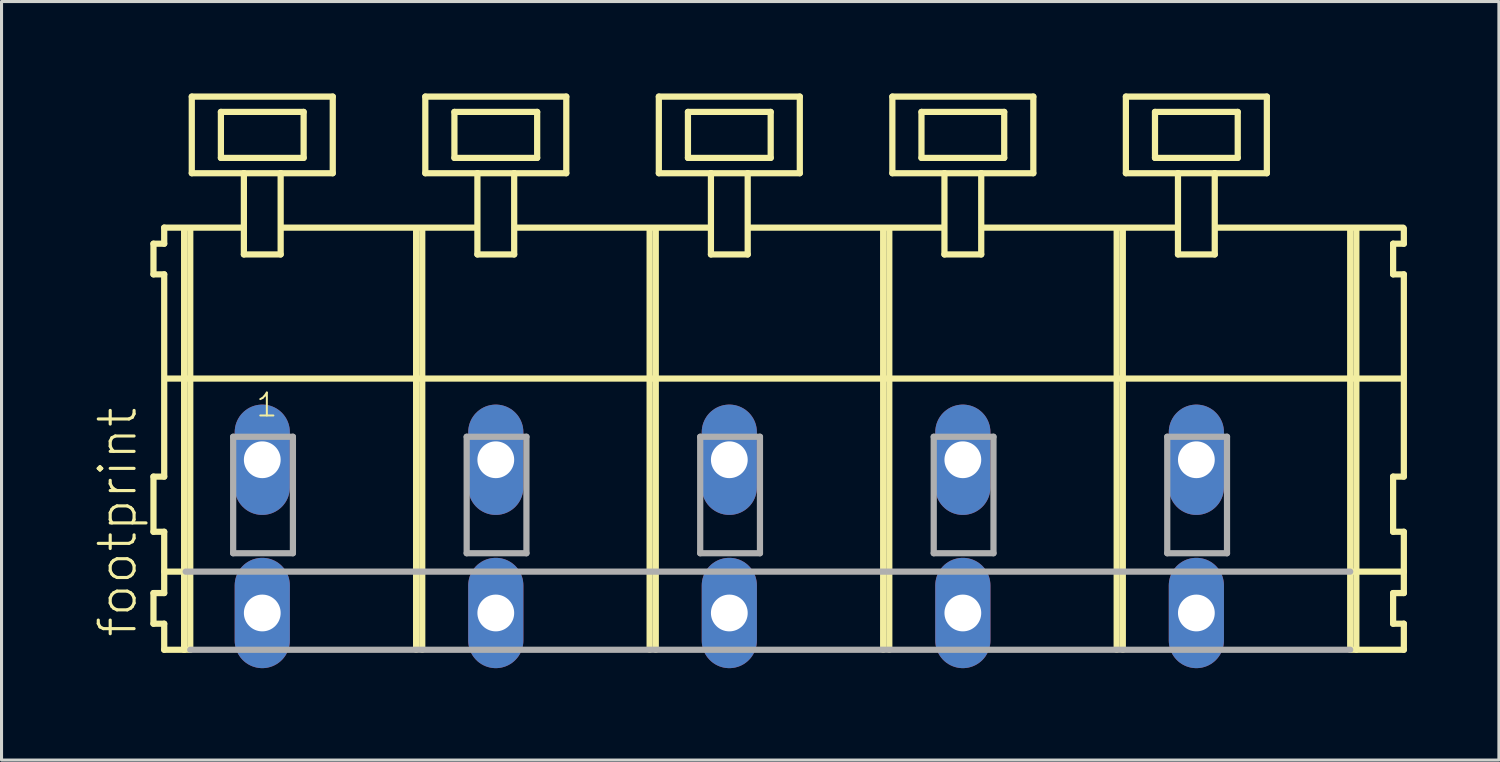
<source format=kicad_pcb>
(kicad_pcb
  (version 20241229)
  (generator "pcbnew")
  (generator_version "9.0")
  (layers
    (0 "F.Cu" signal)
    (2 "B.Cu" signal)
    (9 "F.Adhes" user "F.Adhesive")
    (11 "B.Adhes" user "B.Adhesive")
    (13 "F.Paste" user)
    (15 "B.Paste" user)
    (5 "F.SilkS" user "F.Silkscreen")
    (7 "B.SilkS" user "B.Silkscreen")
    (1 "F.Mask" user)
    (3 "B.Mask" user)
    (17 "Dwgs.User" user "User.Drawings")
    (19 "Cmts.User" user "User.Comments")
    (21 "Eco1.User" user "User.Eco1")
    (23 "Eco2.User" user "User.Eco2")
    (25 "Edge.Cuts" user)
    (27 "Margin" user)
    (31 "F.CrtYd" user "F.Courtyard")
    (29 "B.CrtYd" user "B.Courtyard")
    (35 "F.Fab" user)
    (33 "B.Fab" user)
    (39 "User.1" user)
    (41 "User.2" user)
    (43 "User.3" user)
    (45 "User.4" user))
  (footprint "footprint"
    (layer "F.Cu")
    (at 18.208 11.952)
    (property "Reference" "footprint" (at -16.735 5.855 90) (layer "F.SilkS") (effects (font (size 1.168 1.168) (thickness 0.102)) (justify left bottom)))
    (fp_line (start -16.25 -7.05) (end -16.25 -6.05) (stroke (width 0.203) (type solid)) (layer "F.SilkS"))
    (fp_line (start -16.25 -6.05) (end -15.9 -6.05) (stroke (width 0.203) (type solid)) (layer "F.SilkS"))
    (fp_line (start -16.25 0.55) (end -16.25 2.35) (stroke (width 0.203) (type solid)) (layer "F.SilkS"))
    (fp_line (start -16.25 2.35) (end -15.9 2.35) (stroke (width 0.203) (type solid)) (layer "F.SilkS"))
    (fp_line (start -16.25 4.35) (end -16.25 5.35) (stroke (width 0.203) (type solid)) (layer "F.SilkS"))
    (fp_line (start -16.25 5.35) (end -15.9 5.35) (stroke (width 0.203) (type solid)) (layer "F.SilkS"))
    (fp_line (start -15.9 -7.575) (end -15.9 -7.05) (stroke (width 0.203) (type solid)) (layer "F.SilkS"))
    (fp_line (start -15.9 -7.575) (end -13.325 -7.575) (stroke (width 0.203) (type solid)) (layer "F.SilkS"))
    (fp_line (start -15.9 -7.05) (end -16.25 -7.05) (stroke (width 0.203) (type solid)) (layer "F.SilkS"))
    (fp_line (start -15.9 -6.05) (end -15.9 0.55) (stroke (width 0.203) (type solid)) (layer "F.SilkS"))
    (fp_line (start -15.9 0.55) (end -16.25 0.55) (stroke (width 0.203) (type solid)) (layer "F.SilkS"))
    (fp_line (start -15.9 2.35) (end -15.9 4.35) (stroke (width 0.203) (type solid)) (layer "F.SilkS"))
    (fp_line (start -15.9 3.65) (end -15.2 3.65) (stroke (width 0.203) (type solid)) (layer "F.SilkS"))
    (fp_line (start -15.9 4.35) (end -16.25 4.35) (stroke (width 0.203) (type solid)) (layer "F.SilkS"))
    (fp_line (start -15.9 5.35) (end -15.9 6.2) (stroke (width 0.203) (type solid)) (layer "F.SilkS"))
    (fp_line (start -15.9 6.2) (end -15.25 6.2) (stroke (width 0.203) (type solid)) (layer "F.SilkS"))
    (fp_line (start -15.85 -2.65) (end 24.5 -2.65) (stroke (width 0.203) (type solid)) (layer "F.SilkS"))
    (fp_line (start -15.25 -7.55) (end -15.25 6.2) (stroke (width 0.203) (type solid)) (layer "F.SilkS"))
    (fp_line (start -15.25 6.2) (end -15.05 6.2) (stroke (width 0.203) (type solid)) (layer "F.SilkS"))
    (fp_line (start -15.05 -7.55) (end -15.05 6.2) (stroke (width 0.203) (type solid)) (layer "F.SilkS"))
    (fp_line (start -15 -11.85) (end -15 -9.35) (stroke (width 0.203) (type solid)) (layer "F.SilkS"))
    (fp_line (start -15 -9.35) (end -13.3 -9.35) (stroke (width 0.203) (type solid)) (layer "F.SilkS"))
    (fp_line (start -14.05 -11.35) (end -14.05 -9.85) (stroke (width 0.203) (type solid)) (layer "F.SilkS"))
    (fp_line (start -14.05 -9.85) (end -11.35 -9.85) (stroke (width 0.203) (type solid)) (layer "F.SilkS"))
    (fp_line (start -13.3 -9.35) (end -13.3 -6.7) (stroke (width 0.203) (type solid)) (layer "F.SilkS"))
    (fp_line (start -13.3 -9.35) (end -12.1 -9.35) (stroke (width 0.203) (type solid)) (layer "F.SilkS"))
    (fp_line (start -13.3 -6.7) (end -12.1 -6.7) (stroke (width 0.203) (type solid)) (layer "F.SilkS"))
    (fp_line (start -12.1 -9.35) (end -10.4 -9.35) (stroke (width 0.203) (type solid)) (layer "F.SilkS"))
    (fp_line (start -12.1 -6.7) (end -12.1 -9.35) (stroke (width 0.203) (type solid)) (layer "F.SilkS"))
    (fp_line (start -12.075 -7.575) (end -5.701 -7.575) (stroke (width 0.203) (type solid)) (layer "F.SilkS"))
    (fp_line (start -11.35 -11.35) (end -14.05 -11.35) (stroke (width 0.203) (type solid)) (layer "F.SilkS"))
    (fp_line (start -11.35 -9.85) (end -11.35 -11.35) (stroke (width 0.203) (type solid)) (layer "F.SilkS"))
    (fp_line (start -10.4 -11.85) (end -15 -11.85) (stroke (width 0.203) (type solid)) (layer "F.SilkS"))
    (fp_line (start -10.4 -9.35) (end -10.4 -11.85) (stroke (width 0.203) (type solid)) (layer "F.SilkS"))
    (fp_line (start -7.68 -7.55) (end -7.68 6.2) (stroke (width 0.203) (type solid)) (layer "F.SilkS"))
    (fp_line (start -7.48 -7.55) (end -7.48 6.2) (stroke (width 0.203) (type solid)) (layer "F.SilkS"))
    (fp_line (start -7.38 -11.85) (end -7.38 -9.35) (stroke (width 0.203) (type solid)) (layer "F.SilkS"))
    (fp_line (start -7.38 -9.35) (end -5.68 -9.35) (stroke (width 0.203) (type solid)) (layer "F.SilkS"))
    (fp_line (start -6.43 -11.35) (end -6.43 -9.85) (stroke (width 0.203) (type solid)) (layer "F.SilkS"))
    (fp_line (start -6.43 -9.85) (end -3.73 -9.85) (stroke (width 0.203) (type solid)) (layer "F.SilkS"))
    (fp_line (start -5.68 -9.35) (end -5.68 -6.7) (stroke (width 0.203) (type solid)) (layer "F.SilkS"))
    (fp_line (start -5.68 -9.35) (end -4.48 -9.35) (stroke (width 0.203) (type solid)) (layer "F.SilkS"))
    (fp_line (start -5.68 -6.7) (end -4.48 -6.7) (stroke (width 0.203) (type solid)) (layer "F.SilkS"))
    (fp_line (start -4.48 -9.35) (end -2.78 -9.35) (stroke (width 0.203) (type solid)) (layer "F.SilkS"))
    (fp_line (start -4.48 -6.7) (end -4.48 -9.35) (stroke (width 0.203) (type solid)) (layer "F.SilkS"))
    (fp_line (start -4.455 -7.575) (end 1.919 -7.575) (stroke (width 0.203) (type solid)) (layer "F.SilkS"))
    (fp_line (start -3.73 -11.35) (end -6.43 -11.35) (stroke (width 0.203) (type solid)) (layer "F.SilkS"))
    (fp_line (start -3.73 -9.85) (end -3.73 -11.35) (stroke (width 0.203) (type solid)) (layer "F.SilkS"))
    (fp_line (start -2.78 -11.85) (end -7.38 -11.85) (stroke (width 0.203) (type solid)) (layer "F.SilkS"))
    (fp_line (start -2.78 -9.35) (end -2.78 -11.85) (stroke (width 0.203) (type solid)) (layer "F.SilkS"))
    (fp_line (start -0.06 -7.55) (end -0.06 6.2) (stroke (width 0.203) (type solid)) (layer "F.SilkS"))
    (fp_line (start 0.14 -7.55) (end 0.14 6.2) (stroke (width 0.203) (type solid)) (layer "F.SilkS"))
    (fp_line (start 0.24 -11.85) (end 0.24 -9.35) (stroke (width 0.203) (type solid)) (layer "F.SilkS"))
    (fp_line (start 0.24 -9.35) (end 1.94 -9.35) (stroke (width 0.203) (type solid)) (layer "F.SilkS"))
    (fp_line (start 1.19 -11.35) (end 1.19 -9.85) (stroke (width 0.203) (type solid)) (layer "F.SilkS"))
    (fp_line (start 1.19 -9.85) (end 3.89 -9.85) (stroke (width 0.203) (type solid)) (layer "F.SilkS"))
    (fp_line (start 1.94 -9.35) (end 1.94 -6.7) (stroke (width 0.203) (type solid)) (layer "F.SilkS"))
    (fp_line (start 1.94 -9.35) (end 3.14 -9.35) (stroke (width 0.203) (type solid)) (layer "F.SilkS"))
    (fp_line (start 1.94 -6.7) (end 3.14 -6.7) (stroke (width 0.203) (type solid)) (layer "F.SilkS"))
    (fp_line (start 3.14 -9.35) (end 4.84 -9.35) (stroke (width 0.203) (type solid)) (layer "F.SilkS"))
    (fp_line (start 3.14 -6.7) (end 3.14 -9.35) (stroke (width 0.203) (type solid)) (layer "F.SilkS"))
    (fp_line (start 3.165 -7.575) (end 9.539 -7.575) (stroke (width 0.203) (type solid)) (layer "F.SilkS"))
    (fp_line (start 3.89 -11.35) (end 1.19 -11.35) (stroke (width 0.203) (type solid)) (layer "F.SilkS"))
    (fp_line (start 3.89 -9.85) (end 3.89 -11.35) (stroke (width 0.203) (type solid)) (layer "F.SilkS"))
    (fp_line (start 4.84 -11.85) (end 0.24 -11.85) (stroke (width 0.203) (type solid)) (layer "F.SilkS"))
    (fp_line (start 4.84 -9.35) (end 4.84 -11.85) (stroke (width 0.203) (type solid)) (layer "F.SilkS"))
    (fp_line (start 7.56 -7.55) (end 7.56 6.2) (stroke (width 0.203) (type solid)) (layer "F.SilkS"))
    (fp_line (start 7.76 -7.55) (end 7.76 6.2) (stroke (width 0.203) (type solid)) (layer "F.SilkS"))
    (fp_line (start 7.86 -11.85) (end 7.86 -9.35) (stroke (width 0.203) (type solid)) (layer "F.SilkS"))
    (fp_line (start 7.86 -9.35) (end 9.56 -9.35) (stroke (width 0.203) (type solid)) (layer "F.SilkS"))
    (fp_line (start 8.81 -11.35) (end 8.81 -9.85) (stroke (width 0.203) (type solid)) (layer "F.SilkS"))
    (fp_line (start 8.81 -9.85) (end 11.51 -9.85) (stroke (width 0.203) (type solid)) (layer "F.SilkS"))
    (fp_line (start 9.56 -9.35) (end 9.56 -6.7) (stroke (width 0.203) (type solid)) (layer "F.SilkS"))
    (fp_line (start 9.56 -9.35) (end 10.76 -9.35) (stroke (width 0.203) (type solid)) (layer "F.SilkS"))
    (fp_line (start 9.56 -6.7) (end 10.76 -6.7) (stroke (width 0.203) (type solid)) (layer "F.SilkS"))
    (fp_line (start 10.76 -9.35) (end 12.46 -9.35) (stroke (width 0.203) (type solid)) (layer "F.SilkS"))
    (fp_line (start 10.76 -6.7) (end 10.76 -9.35) (stroke (width 0.203) (type solid)) (layer "F.SilkS"))
    (fp_line (start 10.785 -7.575) (end 17.159 -7.575) (stroke (width 0.203) (type solid)) (layer "F.SilkS"))
    (fp_line (start 11.51 -11.35) (end 8.81 -11.35) (stroke (width 0.203) (type solid)) (layer "F.SilkS"))
    (fp_line (start 11.51 -9.85) (end 11.51 -11.35) (stroke (width 0.203) (type solid)) (layer "F.SilkS"))
    (fp_line (start 12.46 -11.85) (end 7.86 -11.85) (stroke (width 0.203) (type solid)) (layer "F.SilkS"))
    (fp_line (start 12.46 -9.35) (end 12.46 -11.85) (stroke (width 0.203) (type solid)) (layer "F.SilkS"))
    (fp_line (start 15.18 -7.55) (end 15.18 6.2) (stroke (width 0.203) (type solid)) (layer "F.SilkS"))
    (fp_line (start 15.38 -7.55) (end 15.38 6.2) (stroke (width 0.203) (type solid)) (layer "F.SilkS"))
    (fp_line (start 15.48 -11.85) (end 15.48 -9.35) (stroke (width 0.203) (type solid)) (layer "F.SilkS"))
    (fp_line (start 15.48 -9.35) (end 17.18 -9.35) (stroke (width 0.203) (type solid)) (layer "F.SilkS"))
    (fp_line (start 16.43 -11.35) (end 16.43 -9.85) (stroke (width 0.203) (type solid)) (layer "F.SilkS"))
    (fp_line (start 16.43 -9.85) (end 19.13 -9.85) (stroke (width 0.203) (type solid)) (layer "F.SilkS"))
    (fp_line (start 17.18 -9.35) (end 17.18 -6.7) (stroke (width 0.203) (type solid)) (layer "F.SilkS"))
    (fp_line (start 17.18 -9.35) (end 18.38 -9.35) (stroke (width 0.203) (type solid)) (layer "F.SilkS"))
    (fp_line (start 17.18 -6.7) (end 18.38 -6.7) (stroke (width 0.203) (type solid)) (layer "F.SilkS"))
    (fp_line (start 18.38 -9.35) (end 20.08 -9.35) (stroke (width 0.203) (type solid)) (layer "F.SilkS"))
    (fp_line (start 18.38 -6.7) (end 18.38 -9.35) (stroke (width 0.203) (type solid)) (layer "F.SilkS"))
    (fp_line (start 18.405 -7.575) (end 24.525 -7.575) (stroke (width 0.203) (type solid)) (layer "F.SilkS"))
    (fp_line (start 19.13 -11.35) (end 16.43 -11.35) (stroke (width 0.203) (type solid)) (layer "F.SilkS"))
    (fp_line (start 19.13 -9.85) (end 19.13 -11.35) (stroke (width 0.203) (type solid)) (layer "F.SilkS"))
    (fp_line (start 20.08 -11.85) (end 15.48 -11.85) (stroke (width 0.203) (type solid)) (layer "F.SilkS"))
    (fp_line (start 20.08 -9.35) (end 20.08 -11.85) (stroke (width 0.203) (type solid)) (layer "F.SilkS"))
    (fp_line (start 22.8 -7.55) (end 22.8 6.2) (stroke (width 0.203) (type solid)) (layer "F.SilkS"))
    (fp_line (start 22.8 6.2) (end 24.55 6.2) (stroke (width 0.203) (type solid)) (layer "F.SilkS"))
    (fp_line (start 22.85 3.65) (end 24.55 3.65) (stroke (width 0.203) (type solid)) (layer "F.SilkS"))
    (fp_line (start 23 -7.55) (end 23 6.2) (stroke (width 0.203) (type solid)) (layer "F.SilkS"))
    (fp_line (start 24.2 -7.05) (end 24.2 -6.05) (stroke (width 0.203) (type solid)) (layer "F.SilkS"))
    (fp_line (start 24.2 -6.05) (end 24.55 -6.05) (stroke (width 0.203) (type solid)) (layer "F.SilkS"))
    (fp_line (start 24.2 0.55) (end 24.2 2.35) (stroke (width 0.203) (type solid)) (layer "F.SilkS"))
    (fp_line (start 24.2 2.35) (end 24.55 2.35) (stroke (width 0.203) (type solid)) (layer "F.SilkS"))
    (fp_line (start 24.2 4.35) (end 24.2 5.35) (stroke (width 0.203) (type solid)) (layer "F.SilkS"))
    (fp_line (start 24.2 5.35) (end 24.55 5.35) (stroke (width 0.203) (type solid)) (layer "F.SilkS"))
    (fp_line (start 24.55 -7.05) (end 24.2 -7.05) (stroke (width 0.203) (type solid)) (layer "F.SilkS"))
    (fp_line (start 24.55 -7.05) (end 24.55 -7.55) (stroke (width 0.203) (type solid)) (layer "F.SilkS"))
    (fp_line (start 24.55 0.55) (end 24.2 0.55) (stroke (width 0.203) (type solid)) (layer "F.SilkS"))
    (fp_line (start 24.55 0.55) (end 24.55 -6.05) (stroke (width 0.203) (type solid)) (layer "F.SilkS"))
    (fp_line (start 24.55 3.65) (end 24.55 2.35) (stroke (width 0.203) (type solid)) (layer "F.SilkS"))
    (fp_line (start 24.55 4.35) (end 24.2 4.35) (stroke (width 0.203) (type solid)) (layer "F.SilkS"))
    (fp_line (start 24.55 4.35) (end 24.55 3.65) (stroke (width 0.203) (type solid)) (layer "F.SilkS"))
    (fp_line (start 24.55 6.2) (end 24.55 5.35) (stroke (width 0.203) (type solid)) (layer "F.SilkS"))
    (fp_line (start -15.2 3.65) (end 22.8 3.65) (stroke (width 0.203) (type solid)) (layer "F.Fab"))
    (fp_line (start -15.05 6.2) (end 22.8 6.2) (stroke (width 0.203) (type solid)) (layer "F.Fab"))
    (fp_line (start -13.65 -0.75) (end -13.65 3.05) (stroke (width 0.203) (type solid)) (layer "F.Fab"))
    (fp_line (start -13.65 3.05) (end -11.7 3.05) (stroke (width 0.203) (type solid)) (layer "F.Fab"))
    (fp_line (start -11.7 -0.75) (end -13.65 -0.75) (stroke (width 0.203) (type solid)) (layer "F.Fab"))
    (fp_line (start -11.7 3.05) (end -11.7 -0.75) (stroke (width 0.203) (type solid)) (layer "F.Fab"))
    (fp_line (start -6.03 -0.75) (end -6.03 3.05) (stroke (width 0.203) (type solid)) (layer "F.Fab"))
    (fp_line (start -6.03 3.05) (end -4.08 3.05) (stroke (width 0.203) (type solid)) (layer "F.Fab"))
    (fp_line (start -4.08 -0.75) (end -6.03 -0.75) (stroke (width 0.203) (type solid)) (layer "F.Fab"))
    (fp_line (start -4.08 3.05) (end -4.08 -0.75) (stroke (width 0.203) (type solid)) (layer "F.Fab"))
    (fp_line (start 1.59 -0.75) (end 1.59 3.05) (stroke (width 0.203) (type solid)) (layer "F.Fab"))
    (fp_line (start 1.59 3.05) (end 3.54 3.05) (stroke (width 0.203) (type solid)) (layer "F.Fab"))
    (fp_line (start 3.54 -0.75) (end 1.59 -0.75) (stroke (width 0.203) (type solid)) (layer "F.Fab"))
    (fp_line (start 3.54 3.05) (end 3.54 -0.75) (stroke (width 0.203) (type solid)) (layer "F.Fab"))
    (fp_line (start 9.21 -0.75) (end 9.21 3.05) (stroke (width 0.203) (type solid)) (layer "F.Fab"))
    (fp_line (start 9.21 3.05) (end 11.16 3.05) (stroke (width 0.203) (type solid)) (layer "F.Fab"))
    (fp_line (start 11.16 -0.75) (end 9.21 -0.75) (stroke (width 0.203) (type solid)) (layer "F.Fab"))
    (fp_line (start 11.16 3.05) (end 11.16 -0.75) (stroke (width 0.203) (type solid)) (layer "F.Fab"))
    (fp_line (start 16.83 -0.75) (end 16.83 3.05) (stroke (width 0.203) (type solid)) (layer "F.Fab"))
    (fp_line (start 16.83 3.05) (end 18.78 3.05) (stroke (width 0.203) (type solid)) (layer "F.Fab"))
    (fp_line (start 18.78 -0.75) (end 16.83 -0.75) (stroke (width 0.203) (type solid)) (layer "F.Fab"))
    (fp_line (start 18.78 3.05) (end 18.78 -0.75) (stroke (width 0.203) (type solid)) (layer "F.Fab"))
    (fp_text user "1" (at -12.95 -1.35 0) (layer "F.SilkS") (effects (font (size 0.748 0.748) (thickness 0.065)) (justify left bottom)))
    (pad "A1" thru_hole oval (at -12.7 0 90) (size 3.6 1.8) (drill 1.2) (layers "*.Cu" "*.Mask"))
    (pad "A2" thru_hole oval (at -5.08 0 90) (size 3.6 1.8) (drill 1.2) (layers "*.Cu" "*.Mask"))
    (pad "A3" thru_hole oval (at 2.54 0 90) (size 3.6 1.8) (drill 1.2) (layers "*.Cu" "*.Mask"))
    (pad "A4" thru_hole oval (at 10.16 0 90) (size 3.6 1.8) (drill 1.2) (layers "*.Cu" "*.Mask"))
    (pad "A5" thru_hole oval (at 17.78 0 90) (size 3.6 1.8) (drill 1.2) (layers "*.Cu" "*.Mask"))
    (pad "B1" thru_hole oval (at -12.7 5 90) (size 3.6 1.8) (drill 1.2) (layers "*.Cu" "*.Mask"))
    (pad "B2" thru_hole oval (at -5.08 5 90) (size 3.6 1.8) (drill 1.2) (layers "*.Cu" "*.Mask"))
    (pad "B3" thru_hole oval (at 2.54 5 90) (size 3.6 1.8) (drill 1.2) (layers "*.Cu" "*.Mask"))
    (pad "B4" thru_hole oval (at 10.16 5 90) (size 3.6 1.8) (drill 1.2) (layers "*.Cu" "*.Mask"))
    (pad "B5" thru_hole oval (at 17.78 5 90) (size 3.6 1.8) (drill 1.2) (layers "*.Cu" "*.Mask")))
  (gr_rect
    (start -3 -3)
    (end 45.86 21.752)
    (stroke (width 0.1) (type default))
    (fill no)
    (layer "Edge.Cuts")))
</source>
